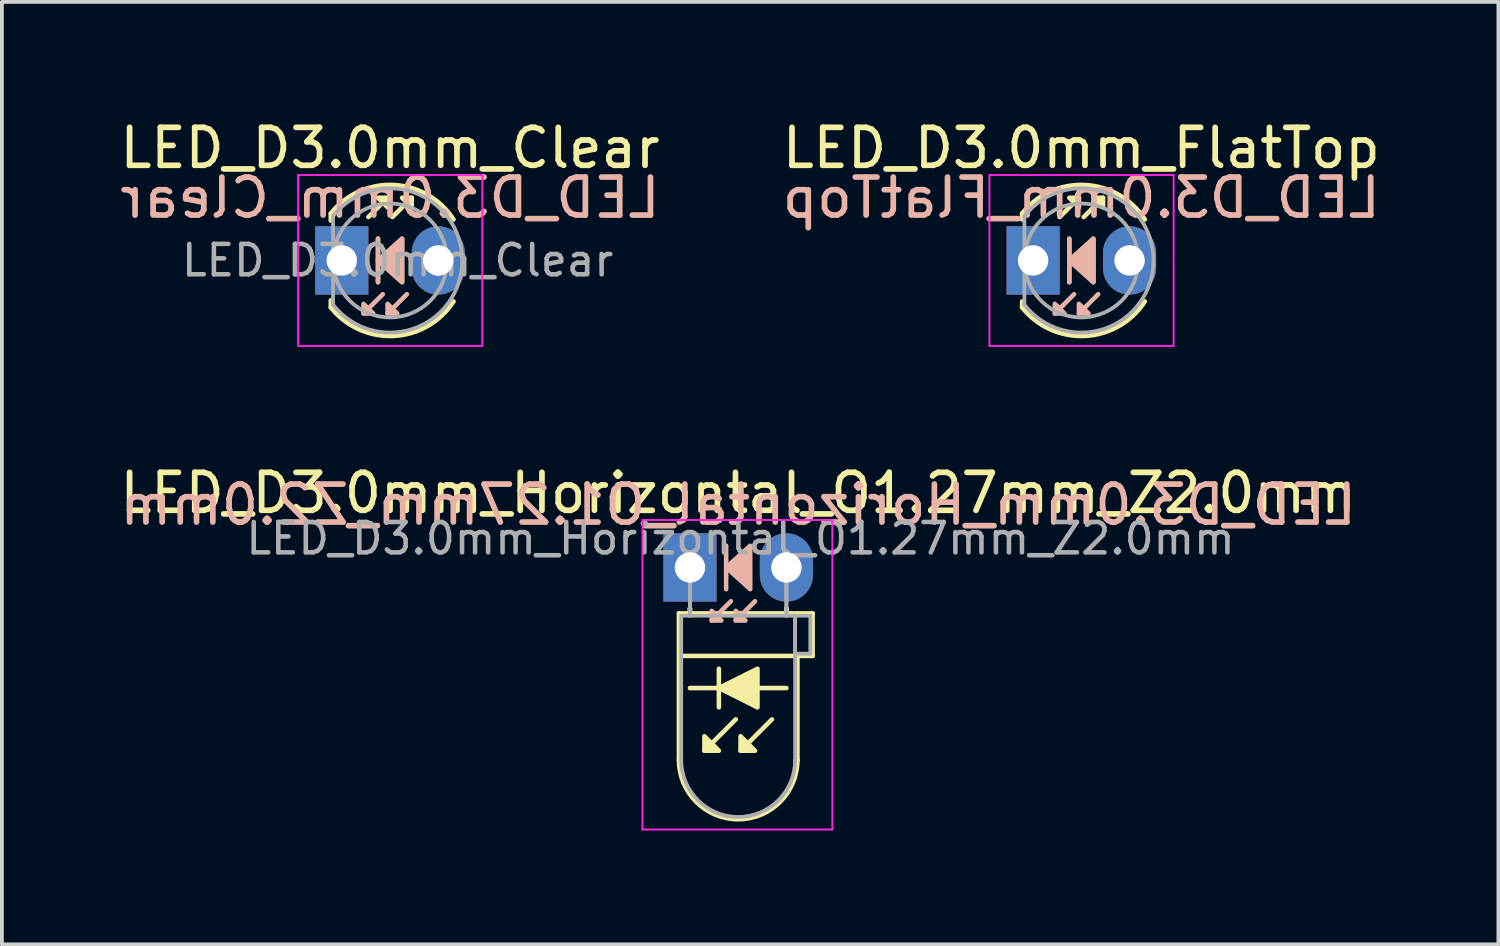
<source format=kicad_pcb>
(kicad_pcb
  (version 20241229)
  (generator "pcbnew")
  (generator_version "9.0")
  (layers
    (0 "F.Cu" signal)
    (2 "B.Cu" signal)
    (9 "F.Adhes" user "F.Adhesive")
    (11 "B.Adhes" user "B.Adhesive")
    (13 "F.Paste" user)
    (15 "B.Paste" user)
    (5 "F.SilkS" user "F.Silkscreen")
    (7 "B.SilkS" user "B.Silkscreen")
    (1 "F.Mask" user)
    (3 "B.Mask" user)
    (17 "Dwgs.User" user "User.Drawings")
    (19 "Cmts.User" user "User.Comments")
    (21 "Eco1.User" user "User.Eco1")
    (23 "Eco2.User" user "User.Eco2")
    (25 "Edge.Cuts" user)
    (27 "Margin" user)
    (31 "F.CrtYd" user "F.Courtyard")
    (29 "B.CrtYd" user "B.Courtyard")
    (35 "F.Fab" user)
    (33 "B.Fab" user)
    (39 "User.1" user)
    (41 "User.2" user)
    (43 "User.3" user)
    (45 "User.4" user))
  (footprint "LED_D3.0mm_Horizontal_O1.27mm_Z2.0mm"
    (layer "F.Cu")
    (at 15.117 11.892)
    (property "Reference" "LED_D3.0mm_Horizontal_O1.27mm_Z2.0mm" (at 1.27 -1.96 0) (layer "F.SilkS") (effects (font (size 1 1) (thickness 0.15))))
    (fp_line (start -0.29 1.21) (end -0.29 5.07) (stroke (width 0.12) (type solid)) (layer "F.SilkS"))
    (fp_line (start -0.29 1.21) (end 2.83 1.21) (stroke (width 0.12) (type solid)) (layer "F.SilkS"))
    (fp_line (start 0 1.08) (end 0 1.08) (stroke (width 0.12) (type solid)) (layer "F.SilkS"))
    (fp_line (start 0 1.08) (end 0 1.21) (stroke (width 0.12) (type solid)) (layer "F.SilkS"))
    (fp_line (start 0 1.21) (end 0 1.08) (stroke (width 0.12) (type solid)) (layer "F.SilkS"))
    (fp_line (start 0 1.21) (end 0 1.21) (stroke (width 0.12) (type solid)) (layer "F.SilkS"))
    (fp_line (start 0.762 2.667) (end 0.762 3.683) (stroke (width 0.12) (type solid)) (layer "F.SilkS"))
    (fp_line (start 1.206 4) (end 0.381 4.826) (stroke (width 0.12) (type solid)) (layer "F.SilkS"))
    (fp_line (start 2.159 4) (end 1.333 4.826) (stroke (width 0.12) (type solid)) (layer "F.SilkS"))
    (fp_line (start 2.54 1.08) (end 2.54 1.08) (stroke (width 0.12) (type solid)) (layer "F.SilkS"))
    (fp_line (start 2.54 1.08) (end 2.54 1.21) (stroke (width 0.12) (type solid)) (layer "F.SilkS"))
    (fp_line (start 2.54 1.21) (end 2.54 1.08) (stroke (width 0.12) (type solid)) (layer "F.SilkS"))
    (fp_line (start 2.54 1.21) (end 2.54 1.21) (stroke (width 0.12) (type solid)) (layer "F.SilkS"))
    (fp_line (start 2.54 3.175) (end 0 3.175) (stroke (width 0.12) (type solid)) (layer "F.SilkS"))
    (fp_line (start 2.83 1.21) (end 3.23 1.21) (stroke (width 0.12) (type solid)) (layer "F.SilkS"))
    (fp_line (start 2.83 2.33) (end 2.83 5.07) (stroke (width 0.12) (type solid)) (layer "F.SilkS"))
    (fp_line (start 3.23 1.21) (end 3.23 2.33) (stroke (width 0.12) (type solid)) (layer "F.SilkS"))
    (fp_line (start 3.23 2.33) (end -0.254 2.33) (stroke (width 0.12) (type solid)) (layer "F.SilkS"))
    (fp_arc (start 2.83 5.07) (mid 1.27 6.63) (end -0.29 5.07) (stroke (width 0.12) (type solid)) (layer "F.SilkS"))
    (fp_poly (pts (xy 0.381 4.445) (xy 0.762 4.826) (xy 0.381 4.826)) (stroke (width 0.12) (type solid)) (fill yes) (layer "F.SilkS"))
    (fp_poly (pts (xy 1.333 4.445) (xy 1.714 4.826) (xy 1.333 4.826)) (stroke (width 0.12) (type solid)) (fill yes) (layer "F.SilkS"))
    (fp_poly (pts (xy 1.778 3.683) (xy 0.762 3.175) (xy 1.778 2.667)) (stroke (width 0.12) (type solid)) (fill yes) (layer "F.SilkS"))
    (fp_line (start 0.953 -0.572) (end 0.953 0.572) (stroke (width 0.12) (type solid)) (layer "B.SilkS"))
    (fp_line (start 1.079 0.889) (end 0.572 1.397) (stroke (width 0.12) (type solid)) (layer "B.SilkS"))
    (fp_line (start 1.714 0.889) (end 1.206 1.397) (stroke (width 0.12) (type solid)) (layer "B.SilkS"))
    (fp_poly (pts (xy 0.572 1.143) (xy 0.826 1.397) (xy 0.572 1.397)) (stroke (width 0.12) (type solid)) (fill yes) (layer "B.SilkS"))
    (fp_poly (pts (xy 1.206 1.143) (xy 1.46 1.397) (xy 1.206 1.397)) (stroke (width 0.12) (type solid)) (fill yes) (layer "B.SilkS"))
    (fp_poly (pts (xy 1.587 0.572) (xy 0.953 0) (xy 1.587 -0.572)) (stroke (width 0.12) (type solid)) (fill yes) (layer "B.SilkS"))
    (fp_line (start -1.25 -1.25) (end -1.25 6.9) (stroke (width 0.05) (type solid)) (layer "F.CrtYd"))
    (fp_line (start -1.25 6.9) (end 3.75 6.9) (stroke (width 0.05) (type solid)) (layer "F.CrtYd"))
    (fp_line (start 3.75 -1.25) (end -1.25 -1.25) (stroke (width 0.05) (type solid)) (layer "F.CrtYd"))
    (fp_line (start 3.75 6.9) (end 3.75 -1.25) (stroke (width 0.05) (type solid)) (layer "F.CrtYd"))
    (fp_line (start -0.23 1.27) (end -0.23 5.07) (stroke (width 0.1) (type solid)) (layer "F.Fab"))
    (fp_line (start -0.23 1.27) (end 2.77 1.27) (stroke (width 0.1) (type solid)) (layer "F.Fab"))
    (fp_line (start 0 0) (end 0 0) (stroke (width 0.1) (type solid)) (layer "F.Fab"))
    (fp_line (start 0 0) (end 0 1.27) (stroke (width 0.1) (type solid)) (layer "F.Fab"))
    (fp_line (start 0 1.27) (end 0 0) (stroke (width 0.1) (type solid)) (layer "F.Fab"))
    (fp_line (start 0 1.27) (end 0 1.27) (stroke (width 0.1) (type solid)) (layer "F.Fab"))
    (fp_line (start 2.54 0) (end 2.54 0) (stroke (width 0.1) (type solid)) (layer "F.Fab"))
    (fp_line (start 2.54 0) (end 2.54 1.27) (stroke (width 0.1) (type solid)) (layer "F.Fab"))
    (fp_line (start 2.54 1.27) (end 2.54 0) (stroke (width 0.1) (type solid)) (layer "F.Fab"))
    (fp_line (start 2.54 1.27) (end 2.54 1.27) (stroke (width 0.1) (type solid)) (layer "F.Fab"))
    (fp_line (start 2.77 1.27) (end 2.77 5.07) (stroke (width 0.1) (type solid)) (layer "F.Fab"))
    (fp_line (start 2.77 1.27) (end 3.17 1.27) (stroke (width 0.1) (type solid)) (layer "F.Fab"))
    (fp_line (start 2.77 2.27) (end 2.77 1.27) (stroke (width 0.1) (type solid)) (layer "F.Fab"))
    (fp_line (start 3.17 1.27) (end 3.17 2.27) (stroke (width 0.1) (type solid)) (layer "F.Fab"))
    (fp_line (start 3.17 2.27) (end 2.77 2.27) (stroke (width 0.1) (type solid)) (layer "F.Fab"))
    (fp_arc (start 2.77 5.07) (mid 1.27 6.57) (end -0.23 5.07) (stroke (width 0.1) (type solid)) (layer "F.Fab"))
    (fp_text user "${REFERENCE}" (at 1.27 -1.651 0) (layer "B.SilkS") (effects (font (size 1 1) (thickness 0.15)) (justify mirror)))
    (fp_text user "${REFERENCE}" (at 1.333 -0.762 0) (layer "F.Fab") (effects (font (size 0.8 0.8) (thickness 0.12))))
    (pad "1" thru_hole rect (at 0 0) (size 1.4 1.8) (drill 0.8) (layers "*.Cu" "*.Mask"))
    (pad "2" thru_hole oval (at 2.54 0) (size 1.4 1.8) (drill 0.8) (layers "*.Cu" "*.Mask")))
  (footprint "LED_D3.0mm_Clear"
    (layer "F.Cu")
    (at 5.95 3.808)
    (property "Reference" "LED_D3.0mm_Clear" (at 1.27 -2.96 0) (layer "F.SilkS") (effects (font (size 1 1) (thickness 0.15))))
    (fp_line (start -0.29 -1.236) (end -0.29 -1.05) (stroke (width 0.12) (type solid)) (layer "F.SilkS"))
    (fp_line (start -0.29 1.05) (end -0.29 1.236) (stroke (width 0.12) (type solid)) (layer "F.SilkS"))
    (fp_line (start 0.699 -1.143) (end 1.206 -1.651) (stroke (width 0.12) (type solid)) (layer "F.SilkS"))
    (fp_line (start 0.953 -0.572) (end 0.953 0.572) (stroke (width 0.12) (type solid)) (layer "F.SilkS"))
    (fp_line (start 1.333 -1.143) (end 1.841 -1.651) (stroke (width 0.12) (type solid)) (layer "F.SilkS"))
    (fp_arc (start -0.29 -1.235516) (mid 1.366487 -1.987659) (end 2.942335 -1.078608) (stroke (width 0.12) (type solid)) (layer "F.SilkS"))
    (fp_arc (start 2.942335 1.078608) (mid 1.366487 1.987659) (end -0.29 1.235516) (stroke (width 0.12) (type solid)) (layer "F.SilkS"))
    (fp_poly (pts (xy 1.206 -1.397) (xy 0.953 -1.651) (xy 1.206 -1.651)) (stroke (width 0.12) (type solid)) (fill yes) (layer "F.SilkS"))
    (fp_poly (pts (xy 1.587 0.572) (xy 0.953 0) (xy 1.587 -0.572)) (stroke (width 0.12) (type solid)) (fill yes) (layer "F.SilkS"))
    (fp_poly (pts (xy 1.841 -1.397) (xy 1.587 -1.651) (xy 1.841 -1.651)) (stroke (width 0.12) (type solid)) (fill yes) (layer "F.SilkS"))
    (fp_line (start 0.953 -0.572) (end 0.953 0.572) (stroke (width 0.12) (type solid)) (layer "B.SilkS"))
    (fp_line (start 1.079 0.889) (end 0.572 1.397) (stroke (width 0.12) (type solid)) (layer "B.SilkS"))
    (fp_line (start 1.714 0.889) (end 1.206 1.397) (stroke (width 0.12) (type solid)) (layer "B.SilkS"))
    (fp_poly (pts (xy 0.572 1.143) (xy 0.826 1.397) (xy 0.572 1.397)) (stroke (width 0.12) (type solid)) (fill yes) (layer "B.SilkS"))
    (fp_poly (pts (xy 1.206 1.143) (xy 1.46 1.397) (xy 1.206 1.397)) (stroke (width 0.12) (type solid)) (fill yes) (layer "B.SilkS"))
    (fp_poly (pts (xy 1.587 0.572) (xy 0.953 0) (xy 1.587 -0.572)) (stroke (width 0.12) (type solid)) (fill yes) (layer "B.SilkS"))
    (fp_line (start -1.15 -2.25) (end -1.15 2.25) (stroke (width 0.05) (type solid)) (layer "F.CrtYd"))
    (fp_line (start -1.15 2.25) (end 3.7 2.25) (stroke (width 0.05) (type solid)) (layer "F.CrtYd"))
    (fp_line (start 3.7 -2.25) (end -1.15 -2.25) (stroke (width 0.05) (type solid)) (layer "F.CrtYd"))
    (fp_line (start 3.7 2.25) (end 3.7 -2.25) (stroke (width 0.05) (type solid)) (layer "F.CrtYd"))
    (fp_line (start -0.23 -1.166) (end -0.23 1.166) (stroke (width 0.1) (type solid)) (layer "F.Fab"))
    (fp_arc (start -0.23 -1.16619) (mid 3.17 0.000452) (end -0.230555 1.165476) (stroke (width 0.1) (type solid)) (layer "F.Fab"))
    (fp_circle (center 1.27 0) (end 2.77 0) (stroke (width 0.1) (type solid)) (fill no) (layer "F.Fab"))
    (fp_text user "${REFERENCE}" (at 1.27 -1.651 0) (layer "B.SilkS") (effects (font (size 1 1) (thickness 0.15)) (justify mirror)))
    (fp_text user "${REFERENCE}" (at 1.47 0 0) (layer "F.Fab") (effects (font (size 0.8 0.8) (thickness 0.12))))
    (pad "1" thru_hole rect (at 0 0) (size 1.4 1.8) (drill 0.8) (layers "*.Cu" "*.Mask"))
    (pad "2" thru_hole oval (at 2.54 0) (size 1.4 1.8) (drill 0.8) (layers "*.Cu" "*.Mask")))
  (footprint "LED_D3.0mm_FlatTop"
    (layer "F.Cu")
    (at 24.153 3.808)
    (property "Reference" "LED_D3.0mm_FlatTop" (at 1.27 -2.96 0) (layer "F.SilkS") (effects (font (size 1 1) (thickness 0.15))))
    (fp_line (start -0.29 -1.236) (end -0.29 -1.08) (stroke (width 0.12) (type solid)) (layer "F.SilkS"))
    (fp_line (start -0.29 1.08) (end -0.29 1.236) (stroke (width 0.12) (type solid)) (layer "F.SilkS"))
    (fp_line (start 0.699 -1.143) (end 1.206 -1.651) (stroke (width 0.12) (type solid)) (layer "F.SilkS"))
    (fp_line (start 0.953 -0.572) (end 0.953 0.572) (stroke (width 0.12) (type solid)) (layer "F.SilkS"))
    (fp_line (start 1.333 -1.143) (end 1.841 -1.651) (stroke (width 0.12) (type solid)) (layer "F.SilkS"))
    (fp_arc (start -0.29 -1.235516) (mid 1.366487 -1.987659) (end 2.942335 -1.078608) (stroke (width 0.12) (type solid)) (layer "F.SilkS"))
    (fp_arc (start 2.942335 1.078608) (mid 1.366487 1.987659) (end -0.29 1.235516) (stroke (width 0.12) (type solid)) (layer "F.SilkS"))
    (fp_poly (pts (xy 1.206 -1.397) (xy 0.953 -1.651) (xy 1.206 -1.651)) (stroke (width 0.12) (type solid)) (fill yes) (layer "F.SilkS"))
    (fp_poly (pts (xy 1.587 0.572) (xy 0.953 0) (xy 1.587 -0.572)) (stroke (width 0.12) (type solid)) (fill yes) (layer "F.SilkS"))
    (fp_poly (pts (xy 1.841 -1.397) (xy 1.587 -1.651) (xy 1.841 -1.651)) (stroke (width 0.12) (type solid)) (fill yes) (layer "F.SilkS"))
    (fp_line (start 0.953 -0.572) (end 0.953 0.572) (stroke (width 0.12) (type solid)) (layer "B.SilkS"))
    (fp_line (start 1.079 0.889) (end 0.572 1.397) (stroke (width 0.12) (type solid)) (layer "B.SilkS"))
    (fp_line (start 1.714 0.889) (end 1.206 1.397) (stroke (width 0.12) (type solid)) (layer "B.SilkS"))
    (fp_poly (pts (xy 0.572 1.143) (xy 0.826 1.397) (xy 0.572 1.397)) (stroke (width 0.12) (type solid)) (fill yes) (layer "B.SilkS"))
    (fp_poly (pts (xy 1.206 1.143) (xy 1.46 1.397) (xy 1.206 1.397)) (stroke (width 0.12) (type solid)) (fill yes) (layer "B.SilkS"))
    (fp_poly (pts (xy 1.587 0.572) (xy 0.953 0) (xy 1.587 -0.572)) (stroke (width 0.12) (type solid)) (fill yes) (layer "B.SilkS"))
    (fp_line (start -1.15 -2.25) (end -1.15 2.25) (stroke (width 0.05) (type solid)) (layer "F.CrtYd"))
    (fp_line (start -1.15 2.25) (end 3.7 2.25) (stroke (width 0.05) (type solid)) (layer "F.CrtYd"))
    (fp_line (start 3.7 -2.25) (end -1.15 -2.25) (stroke (width 0.05) (type solid)) (layer "F.CrtYd"))
    (fp_line (start 3.7 2.25) (end 3.7 -2.25) (stroke (width 0.05) (type solid)) (layer "F.CrtYd"))
    (fp_line (start -0.23 -1.166) (end -0.23 1.166) (stroke (width 0.1) (type solid)) (layer "F.Fab"))
    (fp_arc (start -0.23 -1.16619) (mid 3.17 0.000452) (end -0.230555 1.165476) (stroke (width 0.1) (type solid)) (layer "F.Fab"))
    (fp_circle (center 1.27 0) (end 2.77 0) (stroke (width 0.1) (type solid)) (fill no) (layer "F.Fab"))
    (fp_text user "${REFERENCE}" (at 1.27 -1.651 0) (layer "B.SilkS") (effects (font (size 1 1) (thickness 0.15)) (justify mirror)))
    (pad "1" thru_hole rect (at 0 0) (size 1.4 1.8) (drill 0.8) (layers "*.Cu" "*.Mask"))
    (pad "2" thru_hole oval (at 2.54 0) (size 1.4 1.8) (drill 0.8) (layers "*.Cu" "*.Mask")))
  (gr_rect
    (start -3 -3)
    (end 36.405 21.817)
    (stroke (width 0.1) (type default))
    (fill no)
    (layer "Edge.Cuts")))
</source>
